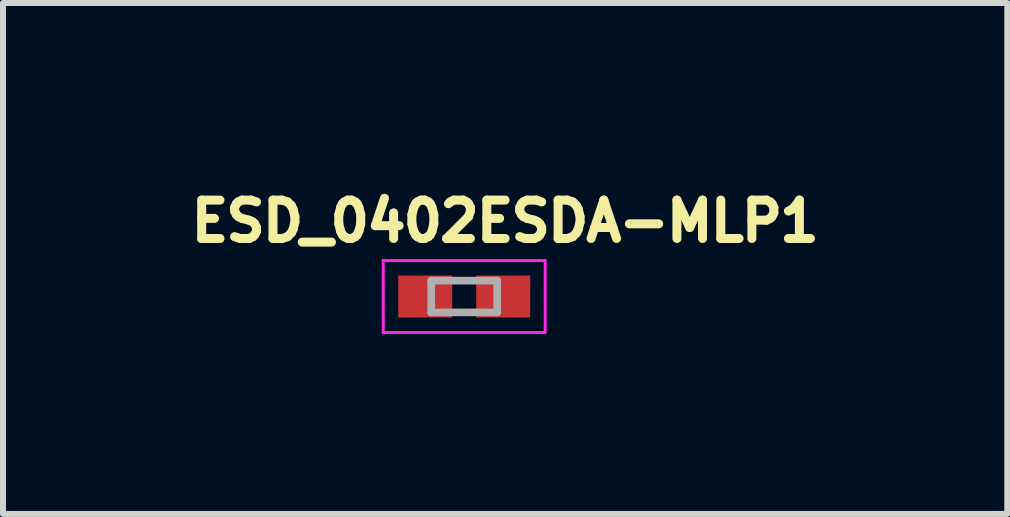
<source format=kicad_pcb>
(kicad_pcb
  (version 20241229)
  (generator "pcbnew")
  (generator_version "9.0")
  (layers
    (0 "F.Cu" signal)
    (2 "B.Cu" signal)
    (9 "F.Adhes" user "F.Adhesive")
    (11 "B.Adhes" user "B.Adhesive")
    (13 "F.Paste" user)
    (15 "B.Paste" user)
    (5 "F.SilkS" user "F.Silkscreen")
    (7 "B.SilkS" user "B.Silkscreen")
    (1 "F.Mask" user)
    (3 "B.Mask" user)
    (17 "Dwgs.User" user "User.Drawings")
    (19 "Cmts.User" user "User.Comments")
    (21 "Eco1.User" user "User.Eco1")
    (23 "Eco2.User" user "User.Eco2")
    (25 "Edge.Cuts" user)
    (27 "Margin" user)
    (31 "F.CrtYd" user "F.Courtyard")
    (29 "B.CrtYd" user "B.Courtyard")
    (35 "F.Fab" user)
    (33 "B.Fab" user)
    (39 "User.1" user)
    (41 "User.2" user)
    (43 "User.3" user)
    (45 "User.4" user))
  (footprint "ESD_0402ESDA-MLP1"
    (layer "F.Cu")
    (at 4.69 1.894)
    (property "Reference" "ESD_0402ESDA-MLP1" (at 0.682 -1.256 0) (layer "F.SilkS") (effects (font (size 0.64 0.64) (thickness 0.15))))
    (attr smd)
    (fp_line (start -1.35 -0.6) (end -1.35 0.6) (stroke (width 0.05) (type solid)) (layer "F.CrtYd"))
    (fp_line (start -1.35 0.6) (end 1.35 0.6) (stroke (width 0.05) (type solid)) (layer "F.CrtYd"))
    (fp_line (start 1.35 -0.6) (end -1.35 -0.6) (stroke (width 0.05) (type solid)) (layer "F.CrtYd"))
    (fp_line (start 1.35 0.6) (end 1.35 -0.6) (stroke (width 0.05) (type solid)) (layer "F.CrtYd"))
    (fp_line (start -0.55 -0.265) (end -0.55 0.265) (stroke (width 0.127) (type solid)) (layer "F.Fab"))
    (fp_line (start -0.55 -0.265) (end 0.55 -0.265) (stroke (width 0.127) (type solid)) (layer "F.Fab"))
    (fp_line (start -0.55 0.265) (end 0.55 0.265) (stroke (width 0.127) (type solid)) (layer "F.Fab"))
    (fp_line (start 0.55 -0.265) (end 0.55 0.265) (stroke (width 0.127) (type solid)) (layer "F.Fab"))
    (pad "1" smd rect (at -0.65 0) (size 0.9 0.7) (layers "F.Cu" "F.Mask" "F.Paste"))
    (pad "2" smd rect (at 0.65 0) (size 0.9 0.7) (layers "F.Cu" "F.Mask" "F.Paste")))
  (gr_rect
    (start -3 -3)
    (end 13.745 5.519)
    (stroke (width 0.1) (type default))
    (fill no)
    (layer "Edge.Cuts")))
</source>
